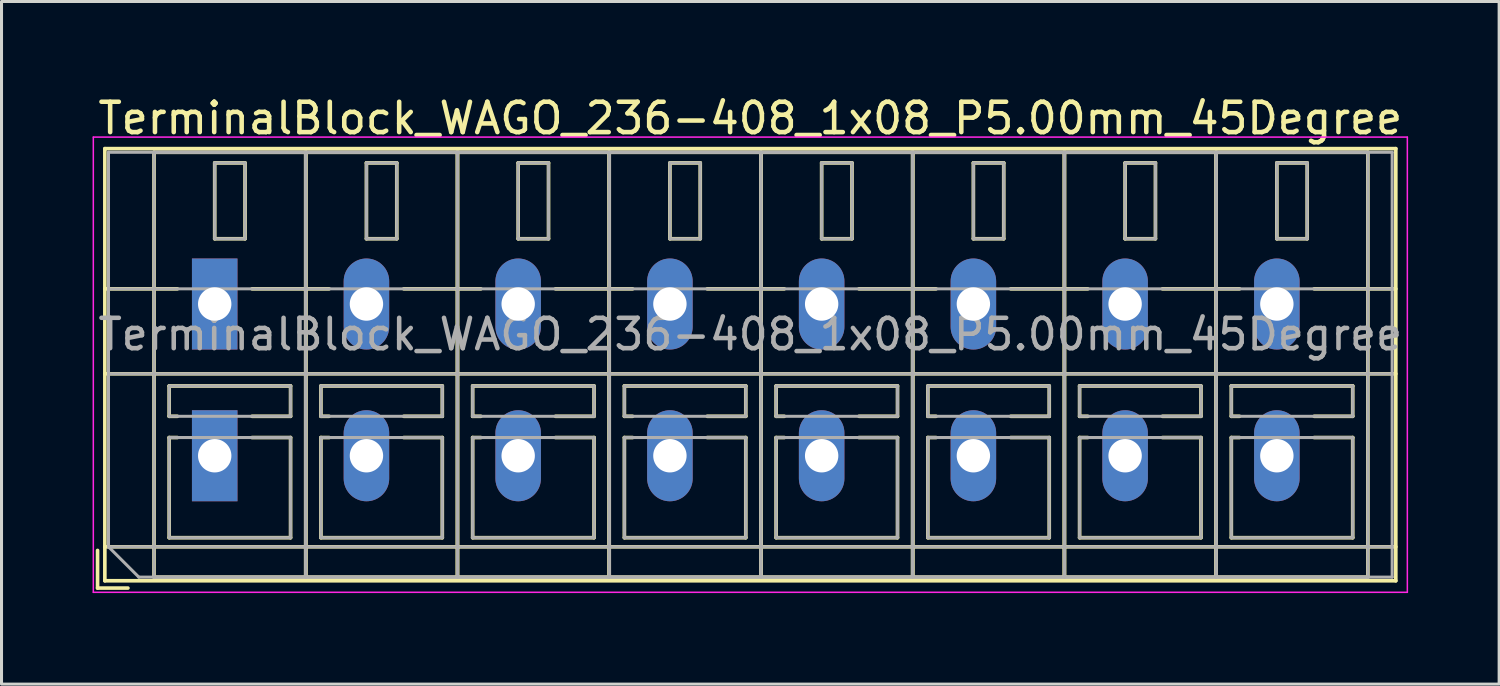
<source format=kicad_pcb>
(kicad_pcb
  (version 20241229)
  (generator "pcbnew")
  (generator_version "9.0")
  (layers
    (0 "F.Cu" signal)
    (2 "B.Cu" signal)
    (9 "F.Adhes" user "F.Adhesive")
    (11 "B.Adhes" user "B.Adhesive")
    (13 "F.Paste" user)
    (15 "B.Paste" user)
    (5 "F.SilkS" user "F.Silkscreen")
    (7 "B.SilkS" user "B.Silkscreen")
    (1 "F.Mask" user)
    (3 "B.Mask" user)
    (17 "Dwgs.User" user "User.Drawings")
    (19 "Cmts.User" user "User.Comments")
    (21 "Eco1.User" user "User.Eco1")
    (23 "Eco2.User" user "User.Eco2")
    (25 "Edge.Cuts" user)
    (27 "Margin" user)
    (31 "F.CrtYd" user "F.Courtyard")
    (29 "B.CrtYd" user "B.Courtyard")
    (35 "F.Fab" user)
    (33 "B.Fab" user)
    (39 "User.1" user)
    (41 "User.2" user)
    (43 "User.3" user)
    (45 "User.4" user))
  (footprint "TerminalBlock_WAGO_236-408_1x08_P5.00mm_45Degree"
    (layer "F.Cu")
    (at 4.025 6.968)
    (property "Reference" "TerminalBlock_WAGO_236-408_1x08_P5.00mm_45Degree" (at 17.65 -6.12 0) (layer "F.SilkS") (effects (font (size 1 1) (thickness 0.15))))
    (attr through_hole)
    (fp_line (start -3.86 8.12) (end -3.86 9.36) (stroke (width 0.12) (type solid)) (layer "F.SilkS"))
    (fp_line (start -3.86 9.36) (end -2.86 9.36) (stroke (width 0.12) (type solid)) (layer "F.SilkS"))
    (fp_line (start -3.62 -5.12) (end -3.62 9.12) (stroke (width 0.12) (type solid)) (layer "F.SilkS"))
    (fp_line (start -3.62 -5.12) (end 38.92 -5.12) (stroke (width 0.12) (type solid)) (layer "F.SilkS"))
    (fp_line (start -3.62 -0.5) (end -1.23 -0.5) (stroke (width 0.12) (type solid)) (layer "F.SilkS"))
    (fp_line (start -3.62 2.3) (end 38.92 2.3) (stroke (width 0.12) (type solid)) (layer "F.SilkS"))
    (fp_line (start -3.62 8) (end 38.92 8) (stroke (width 0.12) (type solid)) (layer "F.SilkS"))
    (fp_line (start -3.62 9.12) (end 38.92 9.12) (stroke (width 0.12) (type solid)) (layer "F.SilkS"))
    (fp_line (start -2 -5) (end -2 9) (stroke (width 0.12) (type solid)) (layer "F.SilkS"))
    (fp_line (start -2 -5) (end 3 -5) (stroke (width 0.12) (type solid)) (layer "F.SilkS"))
    (fp_line (start -2 9) (end 3 9) (stroke (width 0.12) (type solid)) (layer "F.SilkS"))
    (fp_line (start -1.5 2.7) (end -1.5 3.7) (stroke (width 0.12) (type solid)) (layer "F.SilkS"))
    (fp_line (start -1.5 2.7) (end 2.5 2.7) (stroke (width 0.12) (type solid)) (layer "F.SilkS"))
    (fp_line (start -1.5 3.7) (end -1.23 3.7) (stroke (width 0.12) (type solid)) (layer "F.SilkS"))
    (fp_line (start -1.5 4.4) (end -1.5 7.7) (stroke (width 0.12) (type solid)) (layer "F.SilkS"))
    (fp_line (start -1.5 4.4) (end -1.23 4.4) (stroke (width 0.12) (type solid)) (layer "F.SilkS"))
    (fp_line (start -1.5 7.7) (end 2.5 7.7) (stroke (width 0.12) (type solid)) (layer "F.SilkS"))
    (fp_line (start 0 -4.65) (end 0 -2.151) (stroke (width 0.12) (type solid)) (layer "F.SilkS"))
    (fp_line (start 0 -4.65) (end 1 -4.65) (stroke (width 0.12) (type solid)) (layer "F.SilkS"))
    (fp_line (start 0 -2.151) (end 1 -2.151) (stroke (width 0.12) (type solid)) (layer "F.SilkS"))
    (fp_line (start 1 -4.65) (end 1 -2.151) (stroke (width 0.12) (type solid)) (layer "F.SilkS"))
    (fp_line (start 1.23 -0.5) (end 3.77 -0.5) (stroke (width 0.12) (type solid)) (layer "F.SilkS"))
    (fp_line (start 1.23 3.7) (end 2.5 3.7) (stroke (width 0.12) (type solid)) (layer "F.SilkS"))
    (fp_line (start 1.23 4.4) (end 2.5 4.4) (stroke (width 0.12) (type solid)) (layer "F.SilkS"))
    (fp_line (start 2.5 2.7) (end 2.5 3.7) (stroke (width 0.12) (type solid)) (layer "F.SilkS"))
    (fp_line (start 2.5 4.4) (end 2.5 7.7) (stroke (width 0.12) (type solid)) (layer "F.SilkS"))
    (fp_line (start 3 -5) (end 3 9) (stroke (width 0.12) (type solid)) (layer "F.SilkS"))
    (fp_line (start 3 -5) (end 3 9) (stroke (width 0.12) (type solid)) (layer "F.SilkS"))
    (fp_line (start 3 -5) (end 8 -5) (stroke (width 0.12) (type solid)) (layer "F.SilkS"))
    (fp_line (start 3 9) (end 8 9) (stroke (width 0.12) (type solid)) (layer "F.SilkS"))
    (fp_line (start 3.5 2.7) (end 3.5 3.7) (stroke (width 0.12) (type solid)) (layer "F.SilkS"))
    (fp_line (start 3.5 2.7) (end 7.5 2.7) (stroke (width 0.12) (type solid)) (layer "F.SilkS"))
    (fp_line (start 3.5 3.7) (end 3.77 3.7) (stroke (width 0.12) (type solid)) (layer "F.SilkS"))
    (fp_line (start 3.5 4.4) (end 3.5 7.7) (stroke (width 0.12) (type solid)) (layer "F.SilkS"))
    (fp_line (start 3.5 4.4) (end 3.77 4.4) (stroke (width 0.12) (type solid)) (layer "F.SilkS"))
    (fp_line (start 3.5 7.7) (end 7.5 7.7) (stroke (width 0.12) (type solid)) (layer "F.SilkS"))
    (fp_line (start 5 -4.65) (end 5 -2.151) (stroke (width 0.12) (type solid)) (layer "F.SilkS"))
    (fp_line (start 5 -4.65) (end 6 -4.65) (stroke (width 0.12) (type solid)) (layer "F.SilkS"))
    (fp_line (start 5 -2.151) (end 6 -2.151) (stroke (width 0.12) (type solid)) (layer "F.SilkS"))
    (fp_line (start 6 -4.65) (end 6 -2.151) (stroke (width 0.12) (type solid)) (layer "F.SilkS"))
    (fp_line (start 6.23 -0.5) (end 8.77 -0.5) (stroke (width 0.12) (type solid)) (layer "F.SilkS"))
    (fp_line (start 6.23 3.7) (end 7.5 3.7) (stroke (width 0.12) (type solid)) (layer "F.SilkS"))
    (fp_line (start 6.23 4.4) (end 7.5 4.4) (stroke (width 0.12) (type solid)) (layer "F.SilkS"))
    (fp_line (start 7.5 2.7) (end 7.5 3.7) (stroke (width 0.12) (type solid)) (layer "F.SilkS"))
    (fp_line (start 7.5 4.4) (end 7.5 7.7) (stroke (width 0.12) (type solid)) (layer "F.SilkS"))
    (fp_line (start 8 -5) (end 8 9) (stroke (width 0.12) (type solid)) (layer "F.SilkS"))
    (fp_line (start 8 -5) (end 8 9) (stroke (width 0.12) (type solid)) (layer "F.SilkS"))
    (fp_line (start 8 -5) (end 13 -5) (stroke (width 0.12) (type solid)) (layer "F.SilkS"))
    (fp_line (start 8 9) (end 13 9) (stroke (width 0.12) (type solid)) (layer "F.SilkS"))
    (fp_line (start 8.5 2.7) (end 8.5 3.7) (stroke (width 0.12) (type solid)) (layer "F.SilkS"))
    (fp_line (start 8.5 2.7) (end 12.5 2.7) (stroke (width 0.12) (type solid)) (layer "F.SilkS"))
    (fp_line (start 8.5 3.7) (end 8.77 3.7) (stroke (width 0.12) (type solid)) (layer "F.SilkS"))
    (fp_line (start 8.5 4.4) (end 8.5 7.7) (stroke (width 0.12) (type solid)) (layer "F.SilkS"))
    (fp_line (start 8.5 4.4) (end 8.77 4.4) (stroke (width 0.12) (type solid)) (layer "F.SilkS"))
    (fp_line (start 8.5 7.7) (end 12.5 7.7) (stroke (width 0.12) (type solid)) (layer "F.SilkS"))
    (fp_line (start 10 -4.65) (end 10 -2.151) (stroke (width 0.12) (type solid)) (layer "F.SilkS"))
    (fp_line (start 10 -4.65) (end 11 -4.65) (stroke (width 0.12) (type solid)) (layer "F.SilkS"))
    (fp_line (start 10 -2.151) (end 11 -2.151) (stroke (width 0.12) (type solid)) (layer "F.SilkS"))
    (fp_line (start 11 -4.65) (end 11 -2.151) (stroke (width 0.12) (type solid)) (layer "F.SilkS"))
    (fp_line (start 11.23 -0.5) (end 13.77 -0.5) (stroke (width 0.12) (type solid)) (layer "F.SilkS"))
    (fp_line (start 11.23 3.7) (end 12.5 3.7) (stroke (width 0.12) (type solid)) (layer "F.SilkS"))
    (fp_line (start 11.23 4.4) (end 12.5 4.4) (stroke (width 0.12) (type solid)) (layer "F.SilkS"))
    (fp_line (start 12.5 2.7) (end 12.5 3.7) (stroke (width 0.12) (type solid)) (layer "F.SilkS"))
    (fp_line (start 12.5 4.4) (end 12.5 7.7) (stroke (width 0.12) (type solid)) (layer "F.SilkS"))
    (fp_line (start 13 -5) (end 13 9) (stroke (width 0.12) (type solid)) (layer "F.SilkS"))
    (fp_line (start 13 -5) (end 13 9) (stroke (width 0.12) (type solid)) (layer "F.SilkS"))
    (fp_line (start 13 -5) (end 18 -5) (stroke (width 0.12) (type solid)) (layer "F.SilkS"))
    (fp_line (start 13 9) (end 18 9) (stroke (width 0.12) (type solid)) (layer "F.SilkS"))
    (fp_line (start 13.5 2.7) (end 13.5 3.7) (stroke (width 0.12) (type solid)) (layer "F.SilkS"))
    (fp_line (start 13.5 2.7) (end 17.5 2.7) (stroke (width 0.12) (type solid)) (layer "F.SilkS"))
    (fp_line (start 13.5 3.7) (end 13.77 3.7) (stroke (width 0.12) (type solid)) (layer "F.SilkS"))
    (fp_line (start 13.5 4.4) (end 13.5 7.7) (stroke (width 0.12) (type solid)) (layer "F.SilkS"))
    (fp_line (start 13.5 4.4) (end 13.77 4.4) (stroke (width 0.12) (type solid)) (layer "F.SilkS"))
    (fp_line (start 13.5 7.7) (end 17.5 7.7) (stroke (width 0.12) (type solid)) (layer "F.SilkS"))
    (fp_line (start 15 -4.65) (end 15 -2.151) (stroke (width 0.12) (type solid)) (layer "F.SilkS"))
    (fp_line (start 15 -4.65) (end 16 -4.65) (stroke (width 0.12) (type solid)) (layer "F.SilkS"))
    (fp_line (start 15 -2.151) (end 16 -2.151) (stroke (width 0.12) (type solid)) (layer "F.SilkS"))
    (fp_line (start 16 -4.65) (end 16 -2.151) (stroke (width 0.12) (type solid)) (layer "F.SilkS"))
    (fp_line (start 16.23 -0.5) (end 18.77 -0.5) (stroke (width 0.12) (type solid)) (layer "F.SilkS"))
    (fp_line (start 16.23 3.7) (end 17.5 3.7) (stroke (width 0.12) (type solid)) (layer "F.SilkS"))
    (fp_line (start 16.23 4.4) (end 17.5 4.4) (stroke (width 0.12) (type solid)) (layer "F.SilkS"))
    (fp_line (start 17.5 2.7) (end 17.5 3.7) (stroke (width 0.12) (type solid)) (layer "F.SilkS"))
    (fp_line (start 17.5 4.4) (end 17.5 7.7) (stroke (width 0.12) (type solid)) (layer "F.SilkS"))
    (fp_line (start 18 -5) (end 18 9) (stroke (width 0.12) (type solid)) (layer "F.SilkS"))
    (fp_line (start 18 -5) (end 18 9) (stroke (width 0.12) (type solid)) (layer "F.SilkS"))
    (fp_line (start 18 -5) (end 23 -5) (stroke (width 0.12) (type solid)) (layer "F.SilkS"))
    (fp_line (start 18 9) (end 23 9) (stroke (width 0.12) (type solid)) (layer "F.SilkS"))
    (fp_line (start 18.5 2.7) (end 18.5 3.7) (stroke (width 0.12) (type solid)) (layer "F.SilkS"))
    (fp_line (start 18.5 2.7) (end 22.5 2.7) (stroke (width 0.12) (type solid)) (layer "F.SilkS"))
    (fp_line (start 18.5 3.7) (end 18.77 3.7) (stroke (width 0.12) (type solid)) (layer "F.SilkS"))
    (fp_line (start 18.5 4.4) (end 18.5 7.7) (stroke (width 0.12) (type solid)) (layer "F.SilkS"))
    (fp_line (start 18.5 4.4) (end 18.77 4.4) (stroke (width 0.12) (type solid)) (layer "F.SilkS"))
    (fp_line (start 18.5 7.7) (end 22.5 7.7) (stroke (width 0.12) (type solid)) (layer "F.SilkS"))
    (fp_line (start 20 -4.65) (end 20 -2.151) (stroke (width 0.12) (type solid)) (layer "F.SilkS"))
    (fp_line (start 20 -4.65) (end 21 -4.65) (stroke (width 0.12) (type solid)) (layer "F.SilkS"))
    (fp_line (start 20 -2.151) (end 21 -2.151) (stroke (width 0.12) (type solid)) (layer "F.SilkS"))
    (fp_line (start 21 -4.65) (end 21 -2.151) (stroke (width 0.12) (type solid)) (layer "F.SilkS"))
    (fp_line (start 21.23 -0.5) (end 23.77 -0.5) (stroke (width 0.12) (type solid)) (layer "F.SilkS"))
    (fp_line (start 21.23 3.7) (end 22.5 3.7) (stroke (width 0.12) (type solid)) (layer "F.SilkS"))
    (fp_line (start 21.23 4.4) (end 22.5 4.4) (stroke (width 0.12) (type solid)) (layer "F.SilkS"))
    (fp_line (start 22.5 2.7) (end 22.5 3.7) (stroke (width 0.12) (type solid)) (layer "F.SilkS"))
    (fp_line (start 22.5 4.4) (end 22.5 7.7) (stroke (width 0.12) (type solid)) (layer "F.SilkS"))
    (fp_line (start 23 -5) (end 23 9) (stroke (width 0.12) (type solid)) (layer "F.SilkS"))
    (fp_line (start 23 -5) (end 23 9) (stroke (width 0.12) (type solid)) (layer "F.SilkS"))
    (fp_line (start 23 -5) (end 28 -5) (stroke (width 0.12) (type solid)) (layer "F.SilkS"))
    (fp_line (start 23 9) (end 28 9) (stroke (width 0.12) (type solid)) (layer "F.SilkS"))
    (fp_line (start 23.5 2.7) (end 23.5 3.7) (stroke (width 0.12) (type solid)) (layer "F.SilkS"))
    (fp_line (start 23.5 2.7) (end 27.5 2.7) (stroke (width 0.12) (type solid)) (layer "F.SilkS"))
    (fp_line (start 23.5 3.7) (end 23.77 3.7) (stroke (width 0.12) (type solid)) (layer "F.SilkS"))
    (fp_line (start 23.5 4.4) (end 23.5 7.7) (stroke (width 0.12) (type solid)) (layer "F.SilkS"))
    (fp_line (start 23.5 4.4) (end 23.77 4.4) (stroke (width 0.12) (type solid)) (layer "F.SilkS"))
    (fp_line (start 23.5 7.7) (end 27.5 7.7) (stroke (width 0.12) (type solid)) (layer "F.SilkS"))
    (fp_line (start 25 -4.65) (end 25 -2.151) (stroke (width 0.12) (type solid)) (layer "F.SilkS"))
    (fp_line (start 25 -4.65) (end 26 -4.65) (stroke (width 0.12) (type solid)) (layer "F.SilkS"))
    (fp_line (start 25 -2.151) (end 26 -2.151) (stroke (width 0.12) (type solid)) (layer "F.SilkS"))
    (fp_line (start 26 -4.65) (end 26 -2.151) (stroke (width 0.12) (type solid)) (layer "F.SilkS"))
    (fp_line (start 26.23 -0.5) (end 28.77 -0.5) (stroke (width 0.12) (type solid)) (layer "F.SilkS"))
    (fp_line (start 26.23 3.7) (end 27.5 3.7) (stroke (width 0.12) (type solid)) (layer "F.SilkS"))
    (fp_line (start 26.23 4.4) (end 27.5 4.4) (stroke (width 0.12) (type solid)) (layer "F.SilkS"))
    (fp_line (start 27.5 2.7) (end 27.5 3.7) (stroke (width 0.12) (type solid)) (layer "F.SilkS"))
    (fp_line (start 27.5 4.4) (end 27.5 7.7) (stroke (width 0.12) (type solid)) (layer "F.SilkS"))
    (fp_line (start 28 -5) (end 28 9) (stroke (width 0.12) (type solid)) (layer "F.SilkS"))
    (fp_line (start 28 -5) (end 28 9) (stroke (width 0.12) (type solid)) (layer "F.SilkS"))
    (fp_line (start 28 -5) (end 33 -5) (stroke (width 0.12) (type solid)) (layer "F.SilkS"))
    (fp_line (start 28 9) (end 33 9) (stroke (width 0.12) (type solid)) (layer "F.SilkS"))
    (fp_line (start 28.5 2.7) (end 28.5 3.7) (stroke (width 0.12) (type solid)) (layer "F.SilkS"))
    (fp_line (start 28.5 2.7) (end 32.5 2.7) (stroke (width 0.12) (type solid)) (layer "F.SilkS"))
    (fp_line (start 28.5 3.7) (end 28.77 3.7) (stroke (width 0.12) (type solid)) (layer "F.SilkS"))
    (fp_line (start 28.5 4.4) (end 28.5 7.7) (stroke (width 0.12) (type solid)) (layer "F.SilkS"))
    (fp_line (start 28.5 4.4) (end 28.77 4.4) (stroke (width 0.12) (type solid)) (layer "F.SilkS"))
    (fp_line (start 28.5 7.7) (end 32.5 7.7) (stroke (width 0.12) (type solid)) (layer "F.SilkS"))
    (fp_line (start 30 -4.65) (end 30 -2.151) (stroke (width 0.12) (type solid)) (layer "F.SilkS"))
    (fp_line (start 30 -4.65) (end 31 -4.65) (stroke (width 0.12) (type solid)) (layer "F.SilkS"))
    (fp_line (start 30 -2.151) (end 31 -2.151) (stroke (width 0.12) (type solid)) (layer "F.SilkS"))
    (fp_line (start 31 -4.65) (end 31 -2.151) (stroke (width 0.12) (type solid)) (layer "F.SilkS"))
    (fp_line (start 31.23 -0.5) (end 33.77 -0.5) (stroke (width 0.12) (type solid)) (layer "F.SilkS"))
    (fp_line (start 31.23 3.7) (end 32.5 3.7) (stroke (width 0.12) (type solid)) (layer "F.SilkS"))
    (fp_line (start 31.23 4.4) (end 32.5 4.4) (stroke (width 0.12) (type solid)) (layer "F.SilkS"))
    (fp_line (start 32.5 2.7) (end 32.5 3.7) (stroke (width 0.12) (type solid)) (layer "F.SilkS"))
    (fp_line (start 32.5 4.4) (end 32.5 7.7) (stroke (width 0.12) (type solid)) (layer "F.SilkS"))
    (fp_line (start 33 -5) (end 33 9) (stroke (width 0.12) (type solid)) (layer "F.SilkS"))
    (fp_line (start 33 -5) (end 33 9) (stroke (width 0.12) (type solid)) (layer "F.SilkS"))
    (fp_line (start 33 -5) (end 38 -5) (stroke (width 0.12) (type solid)) (layer "F.SilkS"))
    (fp_line (start 33 9) (end 38 9) (stroke (width 0.12) (type solid)) (layer "F.SilkS"))
    (fp_line (start 33.5 2.7) (end 33.5 3.7) (stroke (width 0.12) (type solid)) (layer "F.SilkS"))
    (fp_line (start 33.5 2.7) (end 37.5 2.7) (stroke (width 0.12) (type solid)) (layer "F.SilkS"))
    (fp_line (start 33.5 3.7) (end 33.77 3.7) (stroke (width 0.12) (type solid)) (layer "F.SilkS"))
    (fp_line (start 33.5 4.4) (end 33.5 7.7) (stroke (width 0.12) (type solid)) (layer "F.SilkS"))
    (fp_line (start 33.5 4.4) (end 33.77 4.4) (stroke (width 0.12) (type solid)) (layer "F.SilkS"))
    (fp_line (start 33.5 7.7) (end 37.5 7.7) (stroke (width 0.12) (type solid)) (layer "F.SilkS"))
    (fp_line (start 35 -4.65) (end 35 -2.151) (stroke (width 0.12) (type solid)) (layer "F.SilkS"))
    (fp_line (start 35 -4.65) (end 36 -4.65) (stroke (width 0.12) (type solid)) (layer "F.SilkS"))
    (fp_line (start 35 -2.151) (end 36 -2.151) (stroke (width 0.12) (type solid)) (layer "F.SilkS"))
    (fp_line (start 36 -4.65) (end 36 -2.151) (stroke (width 0.12) (type solid)) (layer "F.SilkS"))
    (fp_line (start 36.23 -0.5) (end 38.92 -0.5) (stroke (width 0.12) (type solid)) (layer "F.SilkS"))
    (fp_line (start 36.23 3.7) (end 37.5 3.7) (stroke (width 0.12) (type solid)) (layer "F.SilkS"))
    (fp_line (start 36.23 4.4) (end 37.5 4.4) (stroke (width 0.12) (type solid)) (layer "F.SilkS"))
    (fp_line (start 37.5 2.7) (end 37.5 3.7) (stroke (width 0.12) (type solid)) (layer "F.SilkS"))
    (fp_line (start 37.5 4.4) (end 37.5 7.7) (stroke (width 0.12) (type solid)) (layer "F.SilkS"))
    (fp_line (start 38 -5) (end 38 9) (stroke (width 0.12) (type solid)) (layer "F.SilkS"))
    (fp_line (start 38.92 -5.12) (end 38.92 9.12) (stroke (width 0.12) (type solid)) (layer "F.SilkS"))
    (fp_line (start -4 -5.5) (end -4 9.5) (stroke (width 0.05) (type solid)) (layer "F.CrtYd"))
    (fp_line (start -4 9.5) (end 39.3 9.5) (stroke (width 0.05) (type solid)) (layer "F.CrtYd"))
    (fp_line (start 39.3 -5.5) (end -4 -5.5) (stroke (width 0.05) (type solid)) (layer "F.CrtYd"))
    (fp_line (start 39.3 9.5) (end 39.3 -5.5) (stroke (width 0.05) (type solid)) (layer "F.CrtYd"))
    (fp_line (start -3.5 -5) (end 38.8 -5) (stroke (width 0.1) (type solid)) (layer "F.Fab"))
    (fp_line (start -3.5 -0.5) (end 38.8 -0.5) (stroke (width 0.1) (type solid)) (layer "F.Fab"))
    (fp_line (start -3.5 2.3) (end 38.8 2.3) (stroke (width 0.1) (type solid)) (layer "F.Fab"))
    (fp_line (start -3.5 8) (end -3.5 -5) (stroke (width 0.1) (type solid)) (layer "F.Fab"))
    (fp_line (start -3.5 8) (end 38.8 8) (stroke (width 0.1) (type solid)) (layer "F.Fab"))
    (fp_line (start -2.5 9) (end -3.5 8) (stroke (width 0.1) (type solid)) (layer "F.Fab"))
    (fp_line (start -2 -5) (end -2 9) (stroke (width 0.1) (type solid)) (layer "F.Fab"))
    (fp_line (start -2 9) (end 3 9) (stroke (width 0.1) (type solid)) (layer "F.Fab"))
    (fp_line (start -1.5 2.7) (end -1.5 3.7) (stroke (width 0.1) (type solid)) (layer "F.Fab"))
    (fp_line (start -1.5 3.7) (end 2.5 3.7) (stroke (width 0.1) (type solid)) (layer "F.Fab"))
    (fp_line (start -1.5 4.4) (end -1.5 7.7) (stroke (width 0.1) (type solid)) (layer "F.Fab"))
    (fp_line (start -1.5 7.7) (end 2.5 7.7) (stroke (width 0.1) (type solid)) (layer "F.Fab"))
    (fp_line (start 0 -4.65) (end 0 -2.15) (stroke (width 0.1) (type solid)) (layer "F.Fab"))
    (fp_line (start 0 -2.15) (end 1 -2.15) (stroke (width 0.1) (type solid)) (layer "F.Fab"))
    (fp_line (start 1 -4.65) (end 0 -4.65) (stroke (width 0.1) (type solid)) (layer "F.Fab"))
    (fp_line (start 1 -2.15) (end 1 -4.65) (stroke (width 0.1) (type solid)) (layer "F.Fab"))
    (fp_line (start 2.5 2.7) (end -1.5 2.7) (stroke (width 0.1) (type solid)) (layer "F.Fab"))
    (fp_line (start 2.5 3.7) (end 2.5 2.7) (stroke (width 0.1) (type solid)) (layer "F.Fab"))
    (fp_line (start 2.5 4.4) (end -1.5 4.4) (stroke (width 0.1) (type solid)) (layer "F.Fab"))
    (fp_line (start 2.5 7.7) (end 2.5 4.4) (stroke (width 0.1) (type solid)) (layer "F.Fab"))
    (fp_line (start 3 -5) (end -2 -5) (stroke (width 0.1) (type solid)) (layer "F.Fab"))
    (fp_line (start 3 -5) (end 3 9) (stroke (width 0.1) (type solid)) (layer "F.Fab"))
    (fp_line (start 3 9) (end 3 -5) (stroke (width 0.1) (type solid)) (layer "F.Fab"))
    (fp_line (start 3 9) (end 8 9) (stroke (width 0.1) (type solid)) (layer "F.Fab"))
    (fp_line (start 3.5 2.7) (end 3.5 3.7) (stroke (width 0.1) (type solid)) (layer "F.Fab"))
    (fp_line (start 3.5 3.7) (end 7.5 3.7) (stroke (width 0.1) (type solid)) (layer "F.Fab"))
    (fp_line (start 3.5 4.4) (end 3.5 7.7) (stroke (width 0.1) (type solid)) (layer "F.Fab"))
    (fp_line (start 3.5 7.7) (end 7.5 7.7) (stroke (width 0.1) (type solid)) (layer "F.Fab"))
    (fp_line (start 5 -4.65) (end 5 -2.15) (stroke (width 0.1) (type solid)) (layer "F.Fab"))
    (fp_line (start 5 -2.15) (end 6 -2.15) (stroke (width 0.1) (type solid)) (layer "F.Fab"))
    (fp_line (start 6 -4.65) (end 5 -4.65) (stroke (width 0.1) (type solid)) (layer "F.Fab"))
    (fp_line (start 6 -2.15) (end 6 -4.65) (stroke (width 0.1) (type solid)) (layer "F.Fab"))
    (fp_line (start 7.5 2.7) (end 3.5 2.7) (stroke (width 0.1) (type solid)) (layer "F.Fab"))
    (fp_line (start 7.5 3.7) (end 7.5 2.7) (stroke (width 0.1) (type solid)) (layer "F.Fab"))
    (fp_line (start 7.5 4.4) (end 3.5 4.4) (stroke (width 0.1) (type solid)) (layer "F.Fab"))
    (fp_line (start 7.5 7.7) (end 7.5 4.4) (stroke (width 0.1) (type solid)) (layer "F.Fab"))
    (fp_line (start 8 -5) (end 3 -5) (stroke (width 0.1) (type solid)) (layer "F.Fab"))
    (fp_line (start 8 -5) (end 8 9) (stroke (width 0.1) (type solid)) (layer "F.Fab"))
    (fp_line (start 8 9) (end 8 -5) (stroke (width 0.1) (type solid)) (layer "F.Fab"))
    (fp_line (start 8 9) (end 13 9) (stroke (width 0.1) (type solid)) (layer "F.Fab"))
    (fp_line (start 8.5 2.7) (end 8.5 3.7) (stroke (width 0.1) (type solid)) (layer "F.Fab"))
    (fp_line (start 8.5 3.7) (end 12.5 3.7) (stroke (width 0.1) (type solid)) (layer "F.Fab"))
    (fp_line (start 8.5 4.4) (end 8.5 7.7) (stroke (width 0.1) (type solid)) (layer "F.Fab"))
    (fp_line (start 8.5 7.7) (end 12.5 7.7) (stroke (width 0.1) (type solid)) (layer "F.Fab"))
    (fp_line (start 10 -4.65) (end 10 -2.15) (stroke (width 0.1) (type solid)) (layer "F.Fab"))
    (fp_line (start 10 -2.15) (end 11 -2.15) (stroke (width 0.1) (type solid)) (layer "F.Fab"))
    (fp_line (start 11 -4.65) (end 10 -4.65) (stroke (width 0.1) (type solid)) (layer "F.Fab"))
    (fp_line (start 11 -2.15) (end 11 -4.65) (stroke (width 0.1) (type solid)) (layer "F.Fab"))
    (fp_line (start 12.5 2.7) (end 8.5 2.7) (stroke (width 0.1) (type solid)) (layer "F.Fab"))
    (fp_line (start 12.5 3.7) (end 12.5 2.7) (stroke (width 0.1) (type solid)) (layer "F.Fab"))
    (fp_line (start 12.5 4.4) (end 8.5 4.4) (stroke (width 0.1) (type solid)) (layer "F.Fab"))
    (fp_line (start 12.5 7.7) (end 12.5 4.4) (stroke (width 0.1) (type solid)) (layer "F.Fab"))
    (fp_line (start 13 -5) (end 8 -5) (stroke (width 0.1) (type solid)) (layer "F.Fab"))
    (fp_line (start 13 -5) (end 13 9) (stroke (width 0.1) (type solid)) (layer "F.Fab"))
    (fp_line (start 13 9) (end 13 -5) (stroke (width 0.1) (type solid)) (layer "F.Fab"))
    (fp_line (start 13 9) (end 18 9) (stroke (width 0.1) (type solid)) (layer "F.Fab"))
    (fp_line (start 13.5 2.7) (end 13.5 3.7) (stroke (width 0.1) (type solid)) (layer "F.Fab"))
    (fp_line (start 13.5 3.7) (end 17.5 3.7) (stroke (width 0.1) (type solid)) (layer "F.Fab"))
    (fp_line (start 13.5 4.4) (end 13.5 7.7) (stroke (width 0.1) (type solid)) (layer "F.Fab"))
    (fp_line (start 13.5 7.7) (end 17.5 7.7) (stroke (width 0.1) (type solid)) (layer "F.Fab"))
    (fp_line (start 15 -4.65) (end 15 -2.15) (stroke (width 0.1) (type solid)) (layer "F.Fab"))
    (fp_line (start 15 -2.15) (end 16 -2.15) (stroke (width 0.1) (type solid)) (layer "F.Fab"))
    (fp_line (start 16 -4.65) (end 15 -4.65) (stroke (width 0.1) (type solid)) (layer "F.Fab"))
    (fp_line (start 16 -2.15) (end 16 -4.65) (stroke (width 0.1) (type solid)) (layer "F.Fab"))
    (fp_line (start 17.5 2.7) (end 13.5 2.7) (stroke (width 0.1) (type solid)) (layer "F.Fab"))
    (fp_line (start 17.5 3.7) (end 17.5 2.7) (stroke (width 0.1) (type solid)) (layer "F.Fab"))
    (fp_line (start 17.5 4.4) (end 13.5 4.4) (stroke (width 0.1) (type solid)) (layer "F.Fab"))
    (fp_line (start 17.5 7.7) (end 17.5 4.4) (stroke (width 0.1) (type solid)) (layer "F.Fab"))
    (fp_line (start 18 -5) (end 13 -5) (stroke (width 0.1) (type solid)) (layer "F.Fab"))
    (fp_line (start 18 -5) (end 18 9) (stroke (width 0.1) (type solid)) (layer "F.Fab"))
    (fp_line (start 18 9) (end 18 -5) (stroke (width 0.1) (type solid)) (layer "F.Fab"))
    (fp_line (start 18 9) (end 23 9) (stroke (width 0.1) (type solid)) (layer "F.Fab"))
    (fp_line (start 18.5 2.7) (end 18.5 3.7) (stroke (width 0.1) (type solid)) (layer "F.Fab"))
    (fp_line (start 18.5 3.7) (end 22.5 3.7) (stroke (width 0.1) (type solid)) (layer "F.Fab"))
    (fp_line (start 18.5 4.4) (end 18.5 7.7) (stroke (width 0.1) (type solid)) (layer "F.Fab"))
    (fp_line (start 18.5 7.7) (end 22.5 7.7) (stroke (width 0.1) (type solid)) (layer "F.Fab"))
    (fp_line (start 20 -4.65) (end 20 -2.15) (stroke (width 0.1) (type solid)) (layer "F.Fab"))
    (fp_line (start 20 -2.15) (end 21 -2.15) (stroke (width 0.1) (type solid)) (layer "F.Fab"))
    (fp_line (start 21 -4.65) (end 20 -4.65) (stroke (width 0.1) (type solid)) (layer "F.Fab"))
    (fp_line (start 21 -2.15) (end 21 -4.65) (stroke (width 0.1) (type solid)) (layer "F.Fab"))
    (fp_line (start 22.5 2.7) (end 18.5 2.7) (stroke (width 0.1) (type solid)) (layer "F.Fab"))
    (fp_line (start 22.5 3.7) (end 22.5 2.7) (stroke (width 0.1) (type solid)) (layer "F.Fab"))
    (fp_line (start 22.5 4.4) (end 18.5 4.4) (stroke (width 0.1) (type solid)) (layer "F.Fab"))
    (fp_line (start 22.5 7.7) (end 22.5 4.4) (stroke (width 0.1) (type solid)) (layer "F.Fab"))
    (fp_line (start 23 -5) (end 18 -5) (stroke (width 0.1) (type solid)) (layer "F.Fab"))
    (fp_line (start 23 -5) (end 23 9) (stroke (width 0.1) (type solid)) (layer "F.Fab"))
    (fp_line (start 23 9) (end 23 -5) (stroke (width 0.1) (type solid)) (layer "F.Fab"))
    (fp_line (start 23 9) (end 28 9) (stroke (width 0.1) (type solid)) (layer "F.Fab"))
    (fp_line (start 23.5 2.7) (end 23.5 3.7) (stroke (width 0.1) (type solid)) (layer "F.Fab"))
    (fp_line (start 23.5 3.7) (end 27.5 3.7) (stroke (width 0.1) (type solid)) (layer "F.Fab"))
    (fp_line (start 23.5 4.4) (end 23.5 7.7) (stroke (width 0.1) (type solid)) (layer "F.Fab"))
    (fp_line (start 23.5 7.7) (end 27.5 7.7) (stroke (width 0.1) (type solid)) (layer "F.Fab"))
    (fp_line (start 25 -4.65) (end 25 -2.15) (stroke (width 0.1) (type solid)) (layer "F.Fab"))
    (fp_line (start 25 -2.15) (end 26 -2.15) (stroke (width 0.1) (type solid)) (layer "F.Fab"))
    (fp_line (start 26 -4.65) (end 25 -4.65) (stroke (width 0.1) (type solid)) (layer "F.Fab"))
    (fp_line (start 26 -2.15) (end 26 -4.65) (stroke (width 0.1) (type solid)) (layer "F.Fab"))
    (fp_line (start 27.5 2.7) (end 23.5 2.7) (stroke (width 0.1) (type solid)) (layer "F.Fab"))
    (fp_line (start 27.5 3.7) (end 27.5 2.7) (stroke (width 0.1) (type solid)) (layer "F.Fab"))
    (fp_line (start 27.5 4.4) (end 23.5 4.4) (stroke (width 0.1) (type solid)) (layer "F.Fab"))
    (fp_line (start 27.5 7.7) (end 27.5 4.4) (stroke (width 0.1) (type solid)) (layer "F.Fab"))
    (fp_line (start 28 -5) (end 23 -5) (stroke (width 0.1) (type solid)) (layer "F.Fab"))
    (fp_line (start 28 -5) (end 28 9) (stroke (width 0.1) (type solid)) (layer "F.Fab"))
    (fp_line (start 28 9) (end 28 -5) (stroke (width 0.1) (type solid)) (layer "F.Fab"))
    (fp_line (start 28 9) (end 33 9) (stroke (width 0.1) (type solid)) (layer "F.Fab"))
    (fp_line (start 28.5 2.7) (end 28.5 3.7) (stroke (width 0.1) (type solid)) (layer "F.Fab"))
    (fp_line (start 28.5 3.7) (end 32.5 3.7) (stroke (width 0.1) (type solid)) (layer "F.Fab"))
    (fp_line (start 28.5 4.4) (end 28.5 7.7) (stroke (width 0.1) (type solid)) (layer "F.Fab"))
    (fp_line (start 28.5 7.7) (end 32.5 7.7) (stroke (width 0.1) (type solid)) (layer "F.Fab"))
    (fp_line (start 30 -4.65) (end 30 -2.15) (stroke (width 0.1) (type solid)) (layer "F.Fab"))
    (fp_line (start 30 -2.15) (end 31 -2.15) (stroke (width 0.1) (type solid)) (layer "F.Fab"))
    (fp_line (start 31 -4.65) (end 30 -4.65) (stroke (width 0.1) (type solid)) (layer "F.Fab"))
    (fp_line (start 31 -2.15) (end 31 -4.65) (stroke (width 0.1) (type solid)) (layer "F.Fab"))
    (fp_line (start 32.5 2.7) (end 28.5 2.7) (stroke (width 0.1) (type solid)) (layer "F.Fab"))
    (fp_line (start 32.5 3.7) (end 32.5 2.7) (stroke (width 0.1) (type solid)) (layer "F.Fab"))
    (fp_line (start 32.5 4.4) (end 28.5 4.4) (stroke (width 0.1) (type solid)) (layer "F.Fab"))
    (fp_line (start 32.5 7.7) (end 32.5 4.4) (stroke (width 0.1) (type solid)) (layer "F.Fab"))
    (fp_line (start 33 -5) (end 28 -5) (stroke (width 0.1) (type solid)) (layer "F.Fab"))
    (fp_line (start 33 -5) (end 33 9) (stroke (width 0.1) (type solid)) (layer "F.Fab"))
    (fp_line (start 33 9) (end 33 -5) (stroke (width 0.1) (type solid)) (layer "F.Fab"))
    (fp_line (start 33 9) (end 38 9) (stroke (width 0.1) (type solid)) (layer "F.Fab"))
    (fp_line (start 33.5 2.7) (end 33.5 3.7) (stroke (width 0.1) (type solid)) (layer "F.Fab"))
    (fp_line (start 33.5 3.7) (end 37.5 3.7) (stroke (width 0.1) (type solid)) (layer "F.Fab"))
    (fp_line (start 33.5 4.4) (end 33.5 7.7) (stroke (width 0.1) (type solid)) (layer "F.Fab"))
    (fp_line (start 33.5 7.7) (end 37.5 7.7) (stroke (width 0.1) (type solid)) (layer "F.Fab"))
    (fp_line (start 35 -4.65) (end 35 -2.15) (stroke (width 0.1) (type solid)) (layer "F.Fab"))
    (fp_line (start 35 -2.15) (end 36 -2.15) (stroke (width 0.1) (type solid)) (layer "F.Fab"))
    (fp_line (start 36 -4.65) (end 35 -4.65) (stroke (width 0.1) (type solid)) (layer "F.Fab"))
    (fp_line (start 36 -2.15) (end 36 -4.65) (stroke (width 0.1) (type solid)) (layer "F.Fab"))
    (fp_line (start 37.5 2.7) (end 33.5 2.7) (stroke (width 0.1) (type solid)) (layer "F.Fab"))
    (fp_line (start 37.5 3.7) (end 37.5 2.7) (stroke (width 0.1) (type solid)) (layer "F.Fab"))
    (fp_line (start 37.5 4.4) (end 33.5 4.4) (stroke (width 0.1) (type solid)) (layer "F.Fab"))
    (fp_line (start 37.5 7.7) (end 37.5 4.4) (stroke (width 0.1) (type solid)) (layer "F.Fab"))
    (fp_line (start 38 -5) (end 33 -5) (stroke (width 0.1) (type solid)) (layer "F.Fab"))
    (fp_line (start 38 9) (end 38 -5) (stroke (width 0.1) (type solid)) (layer "F.Fab"))
    (fp_line (start 38.8 -5) (end 38.8 9) (stroke (width 0.1) (type solid)) (layer "F.Fab"))
    (fp_line (start 38.8 9) (end -2.5 9) (stroke (width 0.1) (type solid)) (layer "F.Fab"))
    (fp_text user "${REFERENCE}" (at 17.65 1 0) (layer "F.Fab") (effects (font (size 1 1) (thickness 0.15))))
    (pad "1" thru_hole rect (at 0 0) (size 1.5 3) (drill 1.1) (layers "*.Cu" "*.Mask"))
    (pad "1" thru_hole rect (at 0 5) (size 1.5 3) (drill 1.1) (layers "*.Cu" "*.Mask"))
    (pad "2" thru_hole oval (at 5 0) (size 1.5 3) (drill 1.1) (layers "*.Cu" "*.Mask"))
    (pad "2" thru_hole oval (at 5 5) (size 1.5 3) (drill 1.1) (layers "*.Cu" "*.Mask"))
    (pad "3" thru_hole oval (at 10 0) (size 1.5 3) (drill 1.1) (layers "*.Cu" "*.Mask"))
    (pad "3" thru_hole oval (at 10 5) (size 1.5 3) (drill 1.1) (layers "*.Cu" "*.Mask"))
    (pad "4" thru_hole oval (at 15 0) (size 1.5 3) (drill 1.1) (layers "*.Cu" "*.Mask"))
    (pad "4" thru_hole oval (at 15 5) (size 1.5 3) (drill 1.1) (layers "*.Cu" "*.Mask"))
    (pad "5" thru_hole oval (at 20 0) (size 1.5 3) (drill 1.1) (layers "*.Cu" "*.Mask"))
    (pad "5" thru_hole oval (at 20 5) (size 1.5 3) (drill 1.1) (layers "*.Cu" "*.Mask"))
    (pad "6" thru_hole oval (at 25 0) (size 1.5 3) (drill 1.1) (layers "*.Cu" "*.Mask"))
    (pad "6" thru_hole oval (at 25 5) (size 1.5 3) (drill 1.1) (layers "*.Cu" "*.Mask"))
    (pad "7" thru_hole oval (at 30 0) (size 1.5 3) (drill 1.1) (layers "*.Cu" "*.Mask"))
    (pad "7" thru_hole oval (at 30 5) (size 1.5 3) (drill 1.1) (layers "*.Cu" "*.Mask"))
    (pad "8" thru_hole oval (at 35 0) (size 1.5 3) (drill 1.1) (layers "*.Cu" "*.Mask"))
    (pad "8" thru_hole oval (at 35 5) (size 1.5 3) (drill 1.1) (layers "*.Cu" "*.Mask")))
  (gr_rect
    (start -3 -3)
    (end 46.35 19.493)
    (stroke (width 0.1) (type default))
    (fill no)
    (layer "Edge.Cuts")))
</source>
